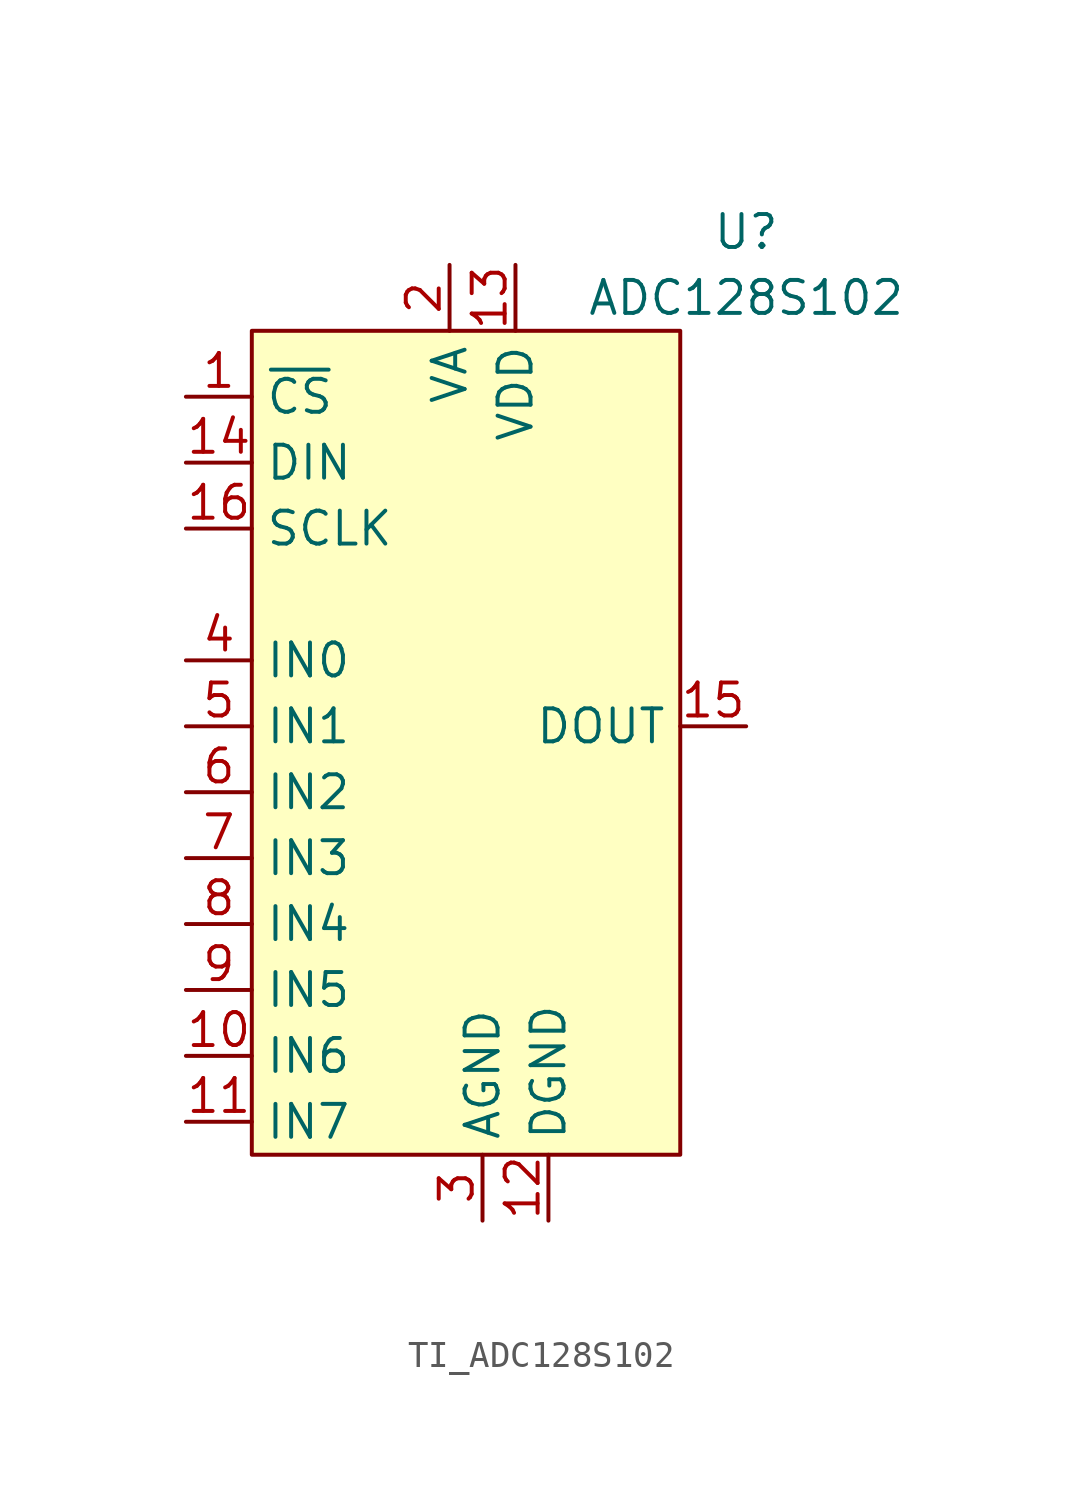
<source format=kicad_sym>
(kicad_symbol_lib
  (version 20241209)
  (generator "kicad_symbol_editor")
  (generator_version "9.0")
  (symbol "TI_ADC128S102"
    (property "Reference" "U"
      (at 10.16 5.08 0)
      (effects (font (size 1.27 1.27))))
    (property "Value" "ADC128S102"
      (at 10.16 2.54 0)
      (effects (font (size 1.27 1.27))))
    (symbol "TI_ADC128S102_1_1"
      (rectangle (start -8.89 1.27) (end 7.62 -30.48) (stroke (width 0) (type default)) (fill (type background)))
      (pin input line (at -11.43 -1.27 0) (length 2.54) (name "~{CS}" (effects (font (size 1.27 1.27)))) (number "1" (effects (font (size 1.27 1.27)))))
      (pin input line (at -11.43 -3.81 0) (length 2.54) (name "DIN" (effects (font (size 1.27 1.27)))) (number "14" (effects (font (size 1.27 1.27)))))
      (pin input line (at -11.43 -6.35 0) (length 2.54) (name "SCLK" (effects (font (size 1.27 1.27)))) (number "16" (effects (font (size 1.27 1.27)))))
      (pin input line (at -11.43 -11.43 0) (length 2.54) (name "IN0" (effects (font (size 1.27 1.27)))) (number "4" (effects (font (size 1.27 1.27)))))
      (pin input line (at -11.43 -13.97 0) (length 2.54) (name "IN1" (effects (font (size 1.27 1.27)))) (number "5" (effects (font (size 1.27 1.27)))))
      (pin input line (at -11.43 -16.51 0) (length 2.54) (name "IN2" (effects (font (size 1.27 1.27)))) (number "6" (effects (font (size 1.27 1.27)))))
      (pin input line (at -11.43 -19.05 0) (length 2.54) (name "IN3" (effects (font (size 1.27 1.27)))) (number "7" (effects (font (size 1.27 1.27)))))
      (pin input line (at -11.43 -21.59 0) (length 2.54) (name "IN4" (effects (font (size 1.27 1.27)))) (number "8" (effects (font (size 1.27 1.27)))))
      (pin input line (at -11.43 -24.13 0) (length 2.54) (name "IN5" (effects (font (size 1.27 1.27)))) (number "9" (effects (font (size 1.27 1.27)))))
      (pin input line (at -11.43 -26.67 0) (length 2.54) (name "IN6" (effects (font (size 1.27 1.27)))) (number "10" (effects (font (size 1.27 1.27)))))
      (pin input line (at -11.43 -29.21 0) (length 2.54) (name "IN7" (effects (font (size 1.27 1.27)))) (number "11" (effects (font (size 1.27 1.27)))))
      (pin power_in line (at -1.27 3.81 270) (length 2.54) (name "VA" (effects (font (size 1.27 1.27)))) (number "2" (effects (font (size 1.27 1.27)))))
      (pin power_in line (at 0 -33.02 90) (length 2.54) (name "AGND" (effects (font (size 1.27 1.27)))) (number "3" (effects (font (size 1.27 1.27)))))
      (pin power_in line (at 1.27 3.81 270) (length 2.54) (name "VDD" (effects (font (size 1.27 1.27)))) (number "13" (effects (font (size 1.27 1.27)))))
      (pin power_in line (at 2.54 -33.02 90) (length 2.54) (name "DGND" (effects (font (size 1.27 1.27)))) (number "12" (effects (font (size 1.27 1.27)))))
      (pin output line (at 10.16 -13.97 180) (length 2.54) (name "DOUT" (effects (font (size 1.27 1.27)))) (number "15" (effects (font (size 1.27 1.27))))))))
</source>
